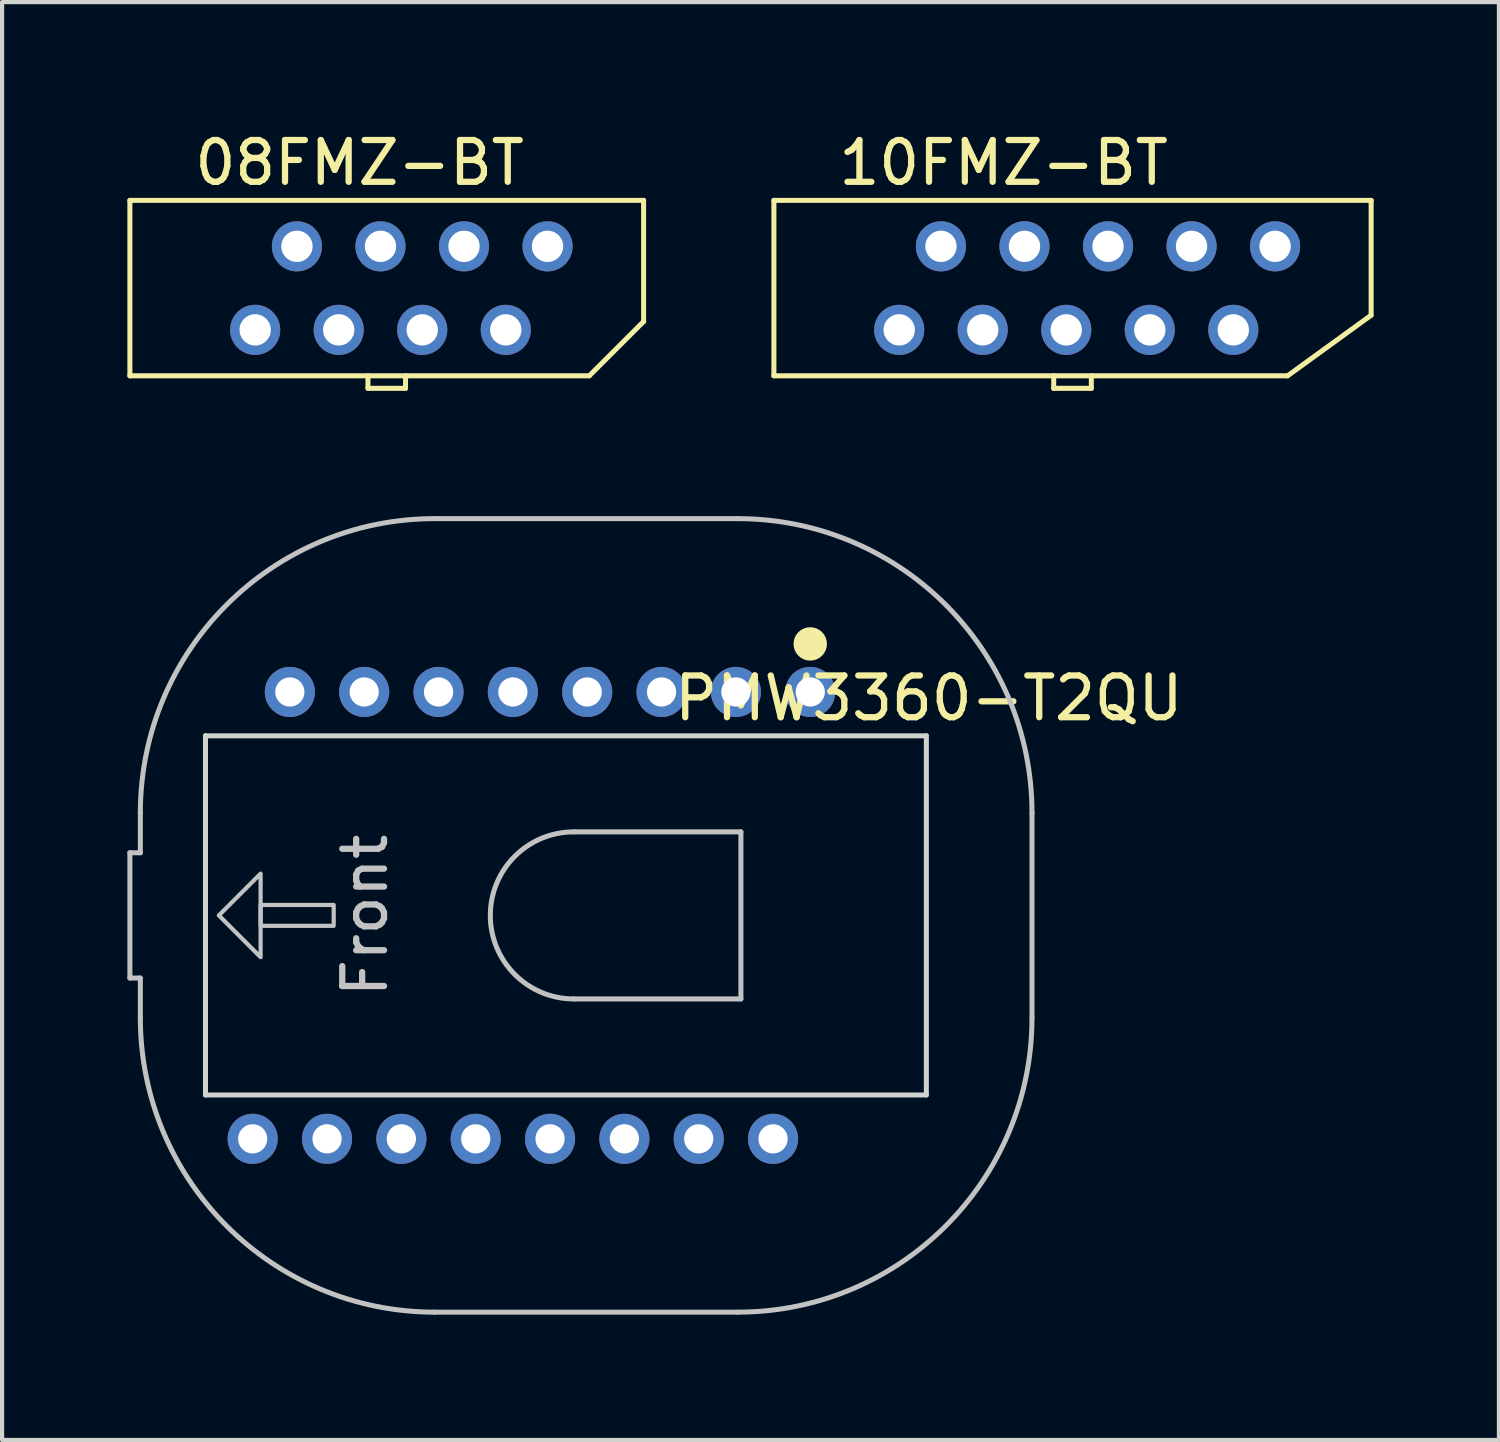
<source format=kicad_pcb>
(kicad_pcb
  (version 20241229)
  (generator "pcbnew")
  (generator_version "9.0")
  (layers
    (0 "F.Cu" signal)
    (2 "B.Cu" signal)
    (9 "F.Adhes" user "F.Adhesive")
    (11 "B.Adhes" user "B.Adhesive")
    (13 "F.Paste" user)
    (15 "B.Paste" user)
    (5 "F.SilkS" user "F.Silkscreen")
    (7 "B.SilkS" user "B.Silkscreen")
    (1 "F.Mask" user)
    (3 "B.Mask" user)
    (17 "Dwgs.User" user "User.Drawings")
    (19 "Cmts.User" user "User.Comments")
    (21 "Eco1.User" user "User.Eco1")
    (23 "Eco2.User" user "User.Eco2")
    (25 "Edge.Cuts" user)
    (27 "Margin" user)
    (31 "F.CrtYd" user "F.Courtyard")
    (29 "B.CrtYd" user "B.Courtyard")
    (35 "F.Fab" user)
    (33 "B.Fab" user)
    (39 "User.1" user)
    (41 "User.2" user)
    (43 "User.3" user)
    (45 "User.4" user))
  (footprint "08FMZ-BT"
    (layer "F.Cu")
    (at 3.06 4.848)
    (property "Reference" "08FMZ-BT" (at 2.5 -4 0) (layer "F.SilkS") (effects (font (size 1 1) (thickness 0.15))))
    (attr through_hole)
    (fp_line (start -3 -3.1) (end -3 1.1) (stroke (width 0.12) (type solid)) (layer "F.SilkS"))
    (fp_line (start -3 1.1) (end 8 1.1) (stroke (width 0.12) (type solid)) (layer "F.SilkS"))
    (fp_line (start 2.7 1.4) (end 2.7 1.1) (stroke (width 0.12) (type solid)) (layer "F.SilkS"))
    (fp_line (start 3.6 1.1) (end 3.6 1.4) (stroke (width 0.12) (type solid)) (layer "F.SilkS"))
    (fp_line (start 3.6 1.4) (end 2.7 1.4) (stroke (width 0.12) (type solid)) (layer "F.SilkS"))
    (fp_line (start 8 1.1) (end 9.3 -0.2) (stroke (width 0.12) (type default)) (layer "F.SilkS"))
    (fp_line (start 9.3 -3.1) (end -3 -3.1) (stroke (width 0.12) (type solid)) (layer "F.SilkS"))
    (fp_line (start 9.3 -0.2) (end 9.3 -3.1) (stroke (width 0.12) (type solid)) (layer "F.SilkS"))
    (pad "1" thru_hole circle (at 0 0) (size 1.2 1.2) (drill 0.75) (layers "*.Cu" "*.Mask"))
    (pad "2" thru_hole circle (at 1 -2) (size 1.2 1.2) (drill 0.75) (layers "*.Cu" "*.Mask"))
    (pad "3" thru_hole circle (at 2 0) (size 1.2 1.2) (drill 0.75) (layers "*.Cu" "*.Mask"))
    (pad "4" thru_hole circle (at 3 -2) (size 1.2 1.2) (drill 0.75) (layers "*.Cu" "*.Mask"))
    (pad "5" thru_hole circle (at 4 0) (size 1.2 1.2) (drill 0.75) (layers "*.Cu" "*.Mask"))
    (pad "6" thru_hole circle (at 5 -2) (size 1.2 1.2) (drill 0.75) (layers "*.Cu" "*.Mask"))
    (pad "7" thru_hole circle (at 6 0) (size 1.2 1.2) (drill 0.75) (layers "*.Cu" "*.Mask"))
    (pad "8" thru_hole circle (at 7 -2) (size 1.2 1.2) (drill 0.75) (layers "*.Cu" "*.Mask")))
  (footprint "10FMZ-BT"
    (layer "F.Cu")
    (at 18.48 4.848)
    (property "Reference" "10FMZ-BT" (at 2.5 -4 0) (layer "F.SilkS") (effects (font (size 1 1) (thickness 0.15))))
    (attr through_hole)
    (fp_line (start -3 -3.1) (end -3 1.1) (stroke (width 0.12) (type solid)) (layer "F.SilkS"))
    (fp_line (start -3 1.1) (end 9.3 1.1) (stroke (width 0.12) (type solid)) (layer "F.SilkS"))
    (fp_line (start 3.7 1.4) (end 3.7 1.1) (stroke (width 0.12) (type solid)) (layer "F.SilkS"))
    (fp_line (start 4.6 1.1) (end 4.6 1.4) (stroke (width 0.12) (type solid)) (layer "F.SilkS"))
    (fp_line (start 4.6 1.4) (end 3.7 1.4) (stroke (width 0.12) (type solid)) (layer "F.SilkS"))
    (fp_line (start 9.3 1.1) (end 11.3 -0.35) (stroke (width 0.12) (type default)) (layer "F.SilkS"))
    (fp_line (start 11.3 -3.1) (end -3 -3.1) (stroke (width 0.12) (type solid)) (layer "F.SilkS"))
    (fp_line (start 11.3 -0.35) (end 11.3 -3.1) (stroke (width 0.12) (type solid)) (layer "F.SilkS"))
    (pad "1" thru_hole circle (at 0 0) (size 1.2 1.2) (drill 0.75) (layers "*.Cu" "*.Mask"))
    (pad "2" thru_hole circle (at 1 -2) (size 1.2 1.2) (drill 0.75) (layers "*.Cu" "*.Mask"))
    (pad "3" thru_hole circle (at 2 0) (size 1.2 1.2) (drill 0.75) (layers "*.Cu" "*.Mask"))
    (pad "4" thru_hole circle (at 3 -2) (size 1.2 1.2) (drill 0.75) (layers "*.Cu" "*.Mask"))
    (pad "5" thru_hole circle (at 4 0) (size 1.2 1.2) (drill 0.75) (layers "*.Cu" "*.Mask"))
    (pad "6" thru_hole circle (at 5 -2) (size 1.2 1.2) (drill 0.75) (layers "*.Cu" "*.Mask"))
    (pad "7" thru_hole circle (at 6 0) (size 1.2 1.2) (drill 0.75) (layers "*.Cu" "*.Mask"))
    (pad "8" thru_hole circle (at 7 -2) (size 1.2 1.2) (drill 0.75) (layers "*.Cu" "*.Mask"))
    (pad "9" thru_hole circle (at 8 0) (size 1.2 1.2) (drill 0.75) (layers "*.Cu" "*.Mask"))
    (pad "10" thru_hole circle (at 9 -2) (size 1.2 1.2) (drill 0.75) (layers "*.Cu" "*.Mask")))
  (footprint "PMW3360-T2QU"
    (layer "F.Cu")
    (at 10.69 18.868)
    (property "Reference" "PMW3360-T2QU" (at 8.5 -5.2 180) (layer "F.SilkS") (effects (font (size 1 1) (thickness 0.15))))
    (attr through_hole)
    (fp_circle (center 5.66 -6.5) (end 5.86 -6.5) (stroke (width 0.4) (type solid)) (fill no) (layer "F.SilkS"))
    (fp_line (start -10.63 -1.5) (end -10.63 1.5) (stroke (width 0.12) (type solid)) (layer "Dwgs.User"))
    (fp_line (start -10.38 -1.5) (end -10.63 -1.5) (stroke (width 0.12) (type solid)) (layer "Dwgs.User"))
    (fp_line (start -10.38 -1.5) (end -10.38 -2.45) (stroke (width 0.12) (type solid)) (layer "Dwgs.User"))
    (fp_line (start -10.38 1.5) (end -10.63 1.5) (stroke (width 0.12) (type solid)) (layer "Dwgs.User"))
    (fp_line (start -10.38 2.45) (end -10.38 1.5) (stroke (width 0.12) (type solid)) (layer "Dwgs.User"))
    (fp_line (start -3.33 -9.5) (end 3.92 -9.5) (stroke (width 0.12) (type solid)) (layer "Dwgs.User"))
    (fp_line (start 0 -2) (end 4 -2) (stroke (width 0.12) (type solid)) (layer "Dwgs.User"))
    (fp_line (start 3.92 9.5) (end -3.33 9.5) (stroke (width 0.12) (type solid)) (layer "Dwgs.User"))
    (fp_line (start 4 -2) (end 4 2) (stroke (width 0.12) (type solid)) (layer "Dwgs.User"))
    (fp_line (start 4 2) (end 0 2) (stroke (width 0.12) (type solid)) (layer "Dwgs.User"))
    (fp_line (start 10.97 2.45) (end 10.97 -2.45) (stroke (width 0.12) (type solid)) (layer "Dwgs.User"))
    (fp_arc (start -10.38 -2.45) (mid -8.315103 -7.435103) (end -3.33 -9.5) (stroke (width 0.12) (type solid)) (layer "Dwgs.User"))
    (fp_arc (start -3.33 9.5) (mid -8.315103 7.435103) (end -10.38 2.45) (stroke (width 0.12) (type solid)) (layer "Dwgs.User"))
    (fp_arc (start 0 2) (mid -2 0) (end 0 -2) (stroke (width 0.12) (type solid)) (layer "Dwgs.User"))
    (fp_arc (start 3.92 -9.5) (mid 8.905103 -7.435103) (end 10.97 -2.45) (stroke (width 0.12) (type solid)) (layer "Dwgs.User"))
    (fp_arc (start 10.97 2.45) (mid 8.905103 7.435103) (end 3.92 9.5) (stroke (width 0.12) (type solid)) (layer "Dwgs.User"))
    (fp_poly (pts (xy -7.5 1) (xy -8.5 0) (xy -7.5 -1)) (stroke (width 0.1) (type solid)) (fill no) (layer "Dwgs.User"))
    (fp_poly (pts (xy -5.75 0.25) (xy -7.5 0.25) (xy -7.5 -0.25) (xy -5.75 -0.25)) (stroke (width 0.1) (type solid)) (fill no) (layer "Dwgs.User"))
    (fp_line (start -8.82 -4.3) (end 8.44 -4.3) (stroke (width 0.12) (type solid)) (layer "Edge.Cuts"))
    (fp_line (start -8.82 4.3) (end -8.82 -4.3) (stroke (width 0.12) (type solid)) (layer "Edge.Cuts"))
    (fp_line (start 8.44 -4.3) (end 8.44 4.3) (stroke (width 0.12) (type solid)) (layer "Edge.Cuts"))
    (fp_line (start 8.44 4.3) (end -8.82 4.3) (stroke (width 0.12) (type solid)) (layer "Edge.Cuts"))
    (fp_text user "Front" (at -5 0 90) (layer "Dwgs.User") (effects (font (size 1 1) (thickness 0.15))))
    (pad "1" thru_hole circle (at 5.66 -5.35) (size 1.2 1.2) (drill 0.7) (layers "*.Cu" "*.Mask"))
    (pad "2" thru_hole circle (at 3.88 -5.35) (size 1.2 1.2) (drill 0.7) (layers "*.Cu" "*.Mask"))
    (pad "3" thru_hole circle (at 2.1 -5.35) (size 1.2 1.2) (drill 0.7) (layers "*.Cu" "*.Mask"))
    (pad "4" thru_hole circle (at 0.32 -5.35) (size 1.2 1.2) (drill 0.7) (layers "*.Cu" "*.Mask"))
    (pad "5" thru_hole circle (at -1.46 -5.35) (size 1.2 1.2) (drill 0.7) (layers "*.Cu" "*.Mask"))
    (pad "6" thru_hole circle (at -3.24 -5.35) (size 1.2 1.2) (drill 0.7) (layers "*.Cu" "*.Mask"))
    (pad "7" thru_hole circle (at -5.02 -5.35) (size 1.2 1.2) (drill 0.7) (layers "*.Cu" "*.Mask"))
    (pad "8" thru_hole circle (at -6.8 -5.35) (size 1.2 1.2) (drill 0.7) (layers "*.Cu" "*.Mask"))
    (pad "9" thru_hole circle (at -7.69 5.35) (size 1.2 1.2) (drill 0.7) (layers "*.Cu" "*.Mask"))
    (pad "10" thru_hole circle (at -5.91 5.35) (size 1.2 1.2) (drill 0.7) (layers "*.Cu" "*.Mask"))
    (pad "11" thru_hole circle (at -4.13 5.35) (size 1.2 1.2) (drill 0.7) (layers "*.Cu" "*.Mask"))
    (pad "12" thru_hole circle (at -2.35 5.35) (size 1.2 1.2) (drill 0.7) (layers "*.Cu" "*.Mask"))
    (pad "13" thru_hole circle (at -0.57 5.35) (size 1.2 1.2) (drill 0.7) (layers "*.Cu" "*.Mask"))
    (pad "14" thru_hole circle (at 1.21 5.35) (size 1.2 1.2) (drill 0.7) (layers "*.Cu" "*.Mask"))
    (pad "15" thru_hole circle (at 2.99 5.35) (size 1.2 1.2) (drill 0.7) (layers "*.Cu" "*.Mask"))
    (pad "16" thru_hole circle (at 4.77 5.35) (size 1.2 1.2) (drill 0.7) (layers "*.Cu" "*.Mask")))
  (gr_rect
    (start -3 -3)
    (end 32.84 31.428)
    (stroke (width 0.1) (type default))
    (fill no)
    (layer "Edge.Cuts")))
</source>
